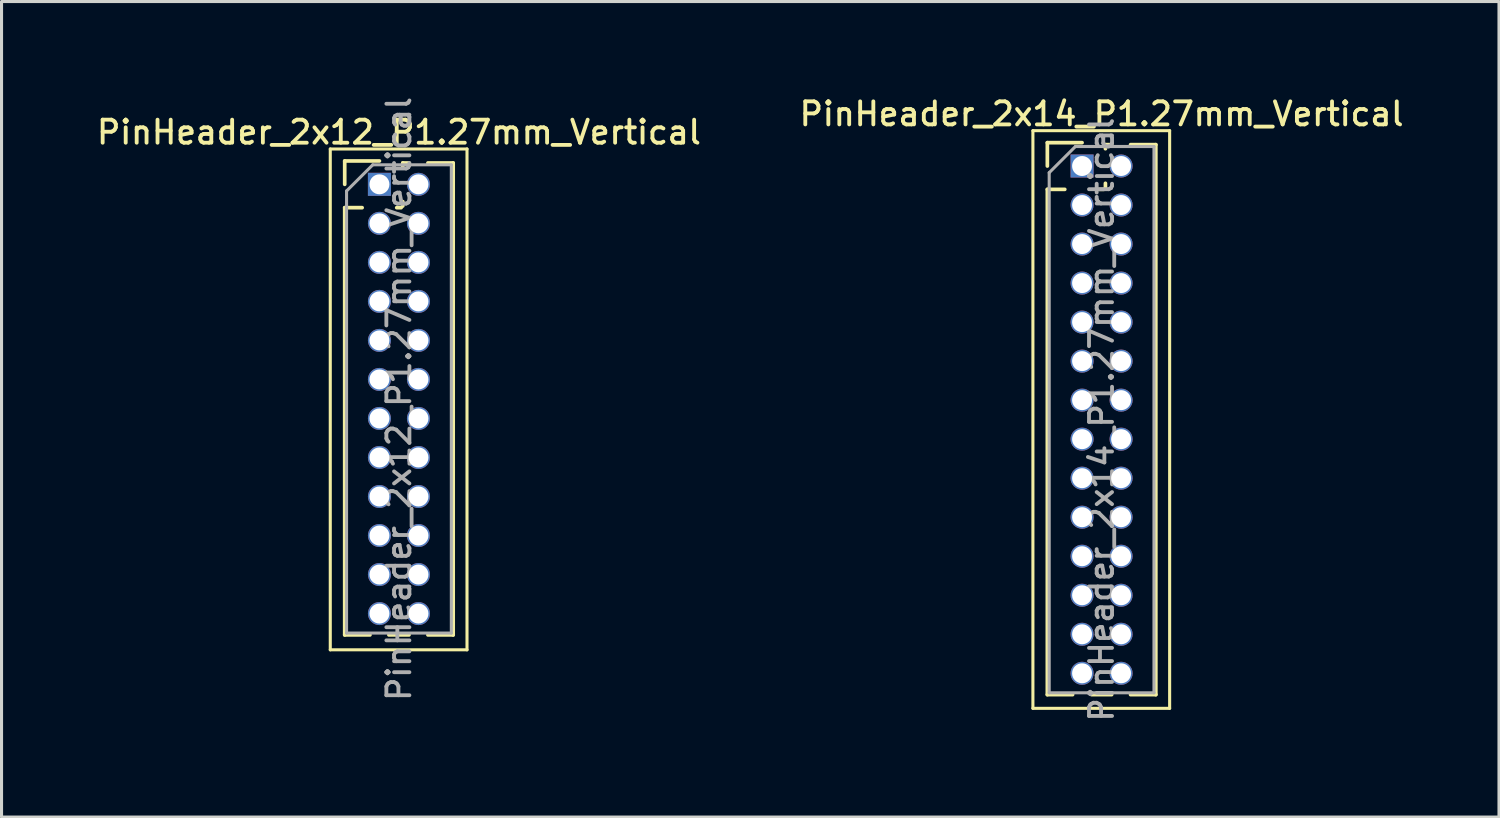
<source format=kicad_pcb>
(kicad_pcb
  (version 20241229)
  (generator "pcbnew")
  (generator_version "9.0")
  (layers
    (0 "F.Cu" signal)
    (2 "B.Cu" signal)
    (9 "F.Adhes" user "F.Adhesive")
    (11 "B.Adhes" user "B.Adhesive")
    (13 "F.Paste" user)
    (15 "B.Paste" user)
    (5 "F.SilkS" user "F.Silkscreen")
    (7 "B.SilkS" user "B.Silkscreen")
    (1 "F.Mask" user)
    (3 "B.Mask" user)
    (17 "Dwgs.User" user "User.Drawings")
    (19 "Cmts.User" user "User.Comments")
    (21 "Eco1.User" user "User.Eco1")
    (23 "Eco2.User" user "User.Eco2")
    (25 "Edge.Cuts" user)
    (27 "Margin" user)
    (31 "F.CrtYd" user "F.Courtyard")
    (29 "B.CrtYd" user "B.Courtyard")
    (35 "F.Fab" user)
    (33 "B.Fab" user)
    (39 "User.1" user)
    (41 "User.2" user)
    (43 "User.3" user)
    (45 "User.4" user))
  (footprint "PinHeader_2x12_P1.27mm_Vertical"
    (layer "F.Cu")
    (at 9.299 2.949)
    (property "Reference" "PinHeader_2x12_P1.27mm_Vertical" (at 0.635 -1.695 0) (layer "F.SilkS") (effects (font (size 0.75 0.75) (thickness 0.125))))
    (attr through_hole)
    (fp_line (start -1.6 -1.15) (end -1.6 15.15) (stroke (width 0.1) (type solid)) (layer "F.SilkS"))
    (fp_line (start -1.6 15.15) (end 2.85 15.15) (stroke (width 0.1) (type solid)) (layer "F.SilkS"))
    (fp_line (start -1.13 -0.76) (end 0 -0.76) (stroke (width 0.12) (type solid)) (layer "F.SilkS"))
    (fp_line (start -1.13 0) (end -1.13 -0.76) (stroke (width 0.12) (type solid)) (layer "F.SilkS"))
    (fp_line (start -1.13 0.76) (end -1.13 14.665) (stroke (width 0.12) (type solid)) (layer "F.SilkS"))
    (fp_line (start -1.13 0.76) (end -0.563 0.76) (stroke (width 0.12) (type solid)) (layer "F.SilkS"))
    (fp_line (start -1.13 14.665) (end -0.308 14.665) (stroke (width 0.12) (type solid)) (layer "F.SilkS"))
    (fp_line (start 0.308 14.665) (end 0.962 14.665) (stroke (width 0.12) (type solid)) (layer "F.SilkS"))
    (fp_line (start 0.563 0.76) (end 0.707 0.76) (stroke (width 0.12) (type solid)) (layer "F.SilkS"))
    (fp_line (start 0.76 -0.695) (end 0.962 -0.695) (stroke (width 0.12) (type solid)) (layer "F.SilkS"))
    (fp_line (start 0.76 -0.563) (end 0.76 -0.695) (stroke (width 0.12) (type solid)) (layer "F.SilkS"))
    (fp_line (start 0.76 0.707) (end 0.76 0.563) (stroke (width 0.12) (type solid)) (layer "F.SilkS"))
    (fp_line (start 1.578 -0.695) (end 2.4 -0.695) (stroke (width 0.12) (type solid)) (layer "F.SilkS"))
    (fp_line (start 1.578 14.665) (end 2.4 14.665) (stroke (width 0.12) (type solid)) (layer "F.SilkS"))
    (fp_line (start 2.4 -0.695) (end 2.4 14.665) (stroke (width 0.12) (type solid)) (layer "F.SilkS"))
    (fp_line (start 2.85 -1.15) (end -1.6 -1.15) (stroke (width 0.1) (type solid)) (layer "F.SilkS"))
    (fp_line (start 2.85 15.15) (end 2.85 -1.15) (stroke (width 0.1) (type solid)) (layer "F.SilkS"))
    (fp_line (start -1.07 0.217) (end -0.217 -0.635) (stroke (width 0.1) (type solid)) (layer "F.Fab"))
    (fp_line (start -1.07 14.605) (end -1.07 0.217) (stroke (width 0.1) (type solid)) (layer "F.Fab"))
    (fp_line (start -0.217 -0.635) (end 2.34 -0.635) (stroke (width 0.1) (type solid)) (layer "F.Fab"))
    (fp_line (start 2.34 -0.635) (end 2.34 14.605) (stroke (width 0.1) (type solid)) (layer "F.Fab"))
    (fp_line (start 2.34 14.605) (end -1.07 14.605) (stroke (width 0.1) (type solid)) (layer "F.Fab"))
    (fp_text user "${REFERENCE}" (at 0.635 6.985 90) (layer "F.Fab") (effects (font (size 0.75 0.75) (thickness 0.125))))
    (pad "1" thru_hole rect (at 0 0) (size 0.75 0.75) (drill 0.65) (layers "*.Cu" "*.Mask"))
    (pad "2" thru_hole oval (at 1.27 0) (size 0.75 0.75) (drill 0.65) (layers "*.Cu" "*.Mask"))
    (pad "3" thru_hole oval (at 0 1.27) (size 0.75 0.75) (drill 0.65) (layers "*.Cu" "*.Mask"))
    (pad "4" thru_hole oval (at 1.27 1.27) (size 0.75 0.75) (drill 0.65) (layers "*.Cu" "*.Mask"))
    (pad "5" thru_hole oval (at 0 2.54) (size 0.75 0.75) (drill 0.65) (layers "*.Cu" "*.Mask"))
    (pad "6" thru_hole oval (at 1.27 2.54) (size 0.75 0.75) (drill 0.65) (layers "*.Cu" "*.Mask"))
    (pad "7" thru_hole oval (at 0 3.81) (size 0.75 0.75) (drill 0.65) (layers "*.Cu" "*.Mask"))
    (pad "8" thru_hole oval (at 1.27 3.81) (size 0.75 0.75) (drill 0.65) (layers "*.Cu" "*.Mask"))
    (pad "9" thru_hole oval (at 0 5.08) (size 0.75 0.75) (drill 0.65) (layers "*.Cu" "*.Mask"))
    (pad "10" thru_hole oval (at 1.27 5.08) (size 0.75 0.75) (drill 0.65) (layers "*.Cu" "*.Mask"))
    (pad "11" thru_hole oval (at 0 6.35) (size 0.75 0.75) (drill 0.65) (layers "*.Cu" "*.Mask"))
    (pad "12" thru_hole oval (at 1.27 6.35) (size 0.75 0.75) (drill 0.65) (layers "*.Cu" "*.Mask"))
    (pad "13" thru_hole oval (at 0 7.62) (size 0.75 0.75) (drill 0.65) (layers "*.Cu" "*.Mask"))
    (pad "14" thru_hole oval (at 1.27 7.62) (size 0.75 0.75) (drill 0.65) (layers "*.Cu" "*.Mask"))
    (pad "15" thru_hole oval (at 0 8.89) (size 0.75 0.75) (drill 0.65) (layers "*.Cu" "*.Mask"))
    (pad "16" thru_hole oval (at 1.27 8.89) (size 0.75 0.75) (drill 0.65) (layers "*.Cu" "*.Mask"))
    (pad "17" thru_hole oval (at 0 10.16) (size 0.75 0.75) (drill 0.65) (layers "*.Cu" "*.Mask"))
    (pad "18" thru_hole oval (at 1.27 10.16) (size 0.75 0.75) (drill 0.65) (layers "*.Cu" "*.Mask"))
    (pad "19" thru_hole oval (at 0 11.43) (size 0.75 0.75) (drill 0.65) (layers "*.Cu" "*.Mask"))
    (pad "20" thru_hole oval (at 1.27 11.43) (size 0.75 0.75) (drill 0.65) (layers "*.Cu" "*.Mask"))
    (pad "21" thru_hole oval (at 0 12.7) (size 0.75 0.75) (drill 0.65) (layers "*.Cu" "*.Mask"))
    (pad "22" thru_hole oval (at 1.27 12.7) (size 0.75 0.75) (drill 0.65) (layers "*.Cu" "*.Mask"))
    (pad "23" thru_hole oval (at 0 13.97) (size 0.75 0.75) (drill 0.65) (layers "*.Cu" "*.Mask"))
    (pad "24" thru_hole oval (at 1.27 13.97) (size 0.75 0.75) (drill 0.65) (layers "*.Cu" "*.Mask")))
  (footprint "PinHeader_2x14_P1.27mm_Vertical"
    (layer "F.Cu")
    (at 32.167 2.353)
    (property "Reference" "PinHeader_2x14_P1.27mm_Vertical" (at 0.635 -1.695 0) (layer "F.SilkS") (effects (font (size 0.75 0.75) (thickness 0.125))))
    (attr through_hole)
    (fp_line (start -1.6 -1.15) (end -1.6 17.65) (stroke (width 0.1) (type solid)) (layer "F.SilkS"))
    (fp_line (start -1.6 17.65) (end 2.85 17.65) (stroke (width 0.1) (type solid)) (layer "F.SilkS"))
    (fp_line (start -1.13 -0.76) (end 0 -0.76) (stroke (width 0.12) (type solid)) (layer "F.SilkS"))
    (fp_line (start -1.13 0) (end -1.13 -0.76) (stroke (width 0.12) (type solid)) (layer "F.SilkS"))
    (fp_line (start -1.13 0.76) (end -1.13 17.205) (stroke (width 0.12) (type solid)) (layer "F.SilkS"))
    (fp_line (start -1.13 0.76) (end -0.563 0.76) (stroke (width 0.12) (type solid)) (layer "F.SilkS"))
    (fp_line (start -1.13 17.205) (end -0.308 17.205) (stroke (width 0.12) (type solid)) (layer "F.SilkS"))
    (fp_line (start 0.308 17.205) (end 0.962 17.205) (stroke (width 0.12) (type solid)) (layer "F.SilkS"))
    (fp_line (start 0.563 0.76) (end 0.707 0.76) (stroke (width 0.12) (type solid)) (layer "F.SilkS"))
    (fp_line (start 0.76 -0.695) (end 0.962 -0.695) (stroke (width 0.12) (type solid)) (layer "F.SilkS"))
    (fp_line (start 0.76 -0.563) (end 0.76 -0.695) (stroke (width 0.12) (type solid)) (layer "F.SilkS"))
    (fp_line (start 0.76 0.707) (end 0.76 0.563) (stroke (width 0.12) (type solid)) (layer "F.SilkS"))
    (fp_line (start 1.578 -0.695) (end 2.4 -0.695) (stroke (width 0.12) (type solid)) (layer "F.SilkS"))
    (fp_line (start 1.578 17.205) (end 2.4 17.205) (stroke (width 0.12) (type solid)) (layer "F.SilkS"))
    (fp_line (start 2.4 -0.695) (end 2.4 17.205) (stroke (width 0.12) (type solid)) (layer "F.SilkS"))
    (fp_line (start 2.85 -1.15) (end -1.6 -1.15) (stroke (width 0.1) (type solid)) (layer "F.SilkS"))
    (fp_line (start 2.85 17.65) (end 2.85 -1.15) (stroke (width 0.1) (type solid)) (layer "F.SilkS"))
    (fp_line (start -1.07 0.217) (end -0.217 -0.635) (stroke (width 0.1) (type solid)) (layer "F.Fab"))
    (fp_line (start -1.07 17.145) (end -1.07 0.217) (stroke (width 0.1) (type solid)) (layer "F.Fab"))
    (fp_line (start -0.217 -0.635) (end 2.34 -0.635) (stroke (width 0.1) (type solid)) (layer "F.Fab"))
    (fp_line (start 2.34 -0.635) (end 2.34 17.145) (stroke (width 0.1) (type solid)) (layer "F.Fab"))
    (fp_line (start 2.34 17.145) (end -1.07 17.145) (stroke (width 0.1) (type solid)) (layer "F.Fab"))
    (fp_text user "${REFERENCE}" (at 0.635 8.255 90) (layer "F.Fab") (effects (font (size 0.75 0.75) (thickness 0.125))))
    (pad "1" thru_hole rect (at 0 0) (size 0.75 0.75) (drill 0.65) (layers "*.Cu" "*.Mask"))
    (pad "2" thru_hole oval (at 1.27 0) (size 0.75 0.75) (drill 0.65) (layers "*.Cu" "*.Mask"))
    (pad "3" thru_hole oval (at 0 1.27) (size 0.75 0.75) (drill 0.65) (layers "*.Cu" "*.Mask"))
    (pad "4" thru_hole oval (at 1.27 1.27) (size 0.75 0.75) (drill 0.65) (layers "*.Cu" "*.Mask"))
    (pad "5" thru_hole oval (at 0 2.54) (size 0.75 0.75) (drill 0.65) (layers "*.Cu" "*.Mask"))
    (pad "6" thru_hole oval (at 1.27 2.54) (size 0.75 0.75) (drill 0.65) (layers "*.Cu" "*.Mask"))
    (pad "7" thru_hole oval (at 0 3.81) (size 0.75 0.75) (drill 0.65) (layers "*.Cu" "*.Mask"))
    (pad "8" thru_hole oval (at 1.27 3.81) (size 0.75 0.75) (drill 0.65) (layers "*.Cu" "*.Mask"))
    (pad "9" thru_hole oval (at 0 5.08) (size 0.75 0.75) (drill 0.65) (layers "*.Cu" "*.Mask"))
    (pad "10" thru_hole oval (at 1.27 5.08) (size 0.75 0.75) (drill 0.65) (layers "*.Cu" "*.Mask"))
    (pad "11" thru_hole oval (at 0 6.35) (size 0.75 0.75) (drill 0.65) (layers "*.Cu" "*.Mask"))
    (pad "12" thru_hole oval (at 1.27 6.35) (size 0.75 0.75) (drill 0.65) (layers "*.Cu" "*.Mask"))
    (pad "13" thru_hole oval (at 0 7.62) (size 0.75 0.75) (drill 0.65) (layers "*.Cu" "*.Mask"))
    (pad "14" thru_hole oval (at 1.27 7.62) (size 0.75 0.75) (drill 0.65) (layers "*.Cu" "*.Mask"))
    (pad "15" thru_hole oval (at 0 8.89) (size 0.75 0.75) (drill 0.65) (layers "*.Cu" "*.Mask"))
    (pad "16" thru_hole oval (at 1.27 8.89) (size 0.75 0.75) (drill 0.65) (layers "*.Cu" "*.Mask"))
    (pad "17" thru_hole oval (at 0 10.16) (size 0.75 0.75) (drill 0.65) (layers "*.Cu" "*.Mask"))
    (pad "18" thru_hole oval (at 1.27 10.16) (size 0.75 0.75) (drill 0.65) (layers "*.Cu" "*.Mask"))
    (pad "19" thru_hole oval (at 0 11.43) (size 0.75 0.75) (drill 0.65) (layers "*.Cu" "*.Mask"))
    (pad "20" thru_hole oval (at 1.27 11.43) (size 0.75 0.75) (drill 0.65) (layers "*.Cu" "*.Mask"))
    (pad "21" thru_hole oval (at 0 12.7) (size 0.75 0.75) (drill 0.65) (layers "*.Cu" "*.Mask"))
    (pad "22" thru_hole oval (at 1.27 12.7) (size 0.75 0.75) (drill 0.65) (layers "*.Cu" "*.Mask"))
    (pad "23" thru_hole oval (at 0 13.97) (size 0.75 0.75) (drill 0.65) (layers "*.Cu" "*.Mask"))
    (pad "24" thru_hole oval (at 1.27 13.97) (size 0.75 0.75) (drill 0.65) (layers "*.Cu" "*.Mask"))
    (pad "25" thru_hole oval (at 0 15.24) (size 0.75 0.75) (drill 0.65) (layers "*.Cu" "*.Mask"))
    (pad "26" thru_hole oval (at 1.27 15.24) (size 0.75 0.75) (drill 0.65) (layers "*.Cu" "*.Mask"))
    (pad "27" thru_hole oval (at 0 16.51) (size 0.75 0.75) (drill 0.65) (layers "*.Cu" "*.Mask"))
    (pad "28" thru_hole oval (at 1.27 16.51) (size 0.75 0.75) (drill 0.65) (layers "*.Cu" "*.Mask")))
  (gr_rect
    (start -3 -3)
    (end 45.736 23.542)
    (stroke (width 0.1) (type default))
    (fill no)
    (layer "Edge.Cuts")))
</source>
